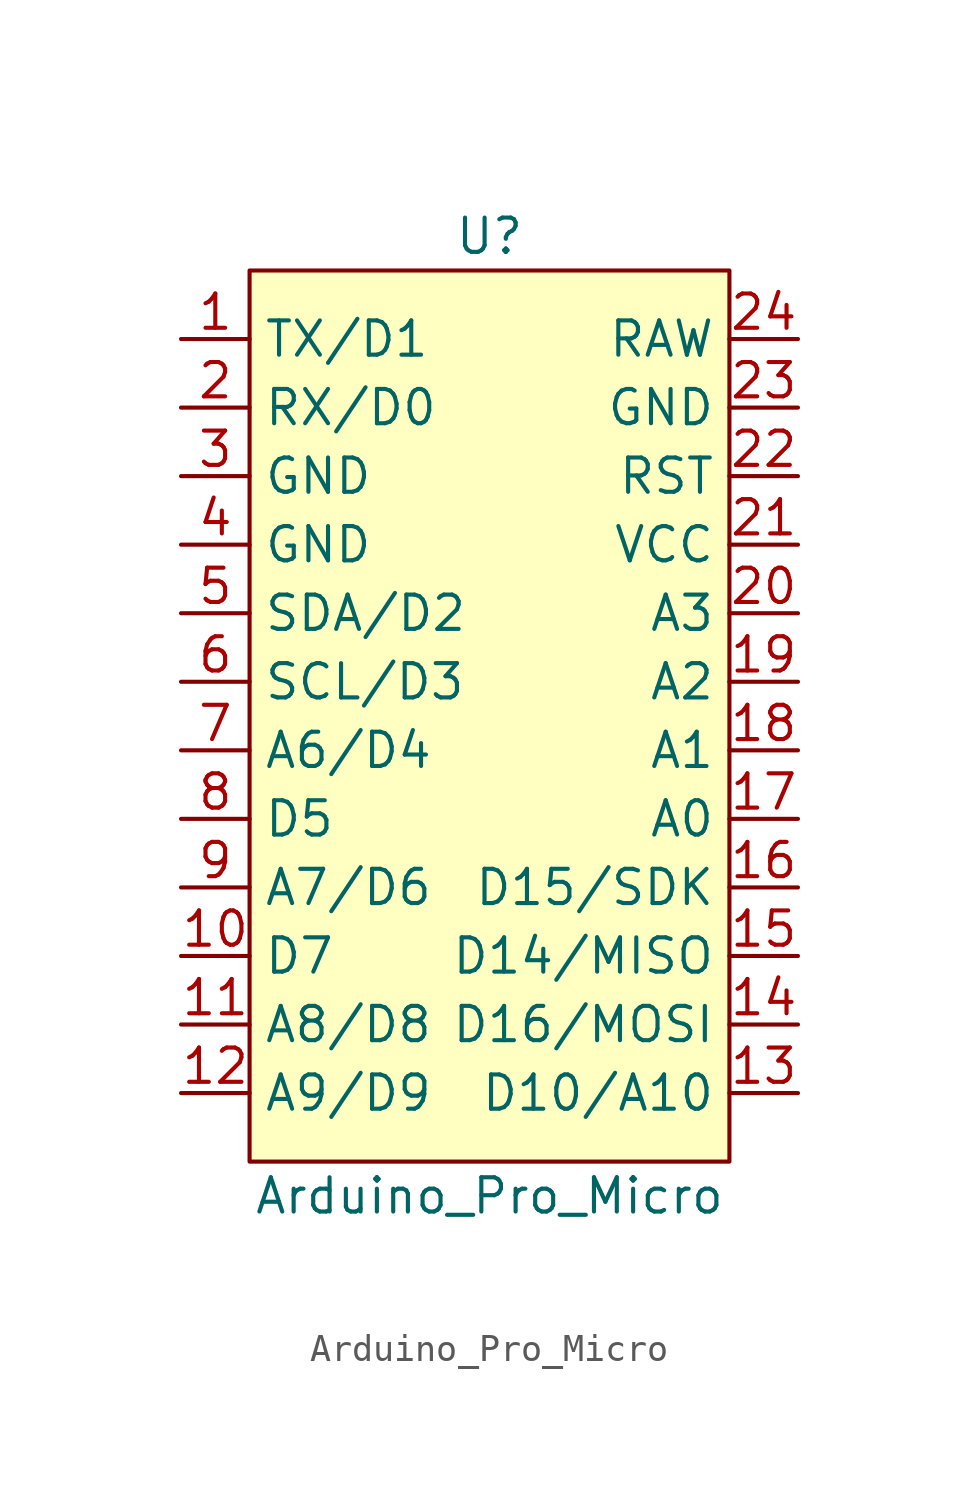
<source format=kicad_sym>
(kicad_symbol_lib
  (version 20211014)
  (generator kicad_symbol_editor)
  (symbol "Arduino_Pro_Micro"
    (property "Reference" "U"
      (at 0 17.78 0)
      (effects (font (size 1.27 1.27))))
    (property "Value" "Arduino_Pro_Micro"
      (at 0 -17.78 0)
      (effects (font (size 1.27 1.27))))
    (symbol "Arduino_Pro_Micro_0_1"
      (rectangle (start -8.89 16.51) (end 8.89 -16.51) (stroke (width 0) (type default) (color 0 0 0 0)) (fill (type background))))
    (symbol "Arduino_Pro_Micro_1_1"
      (pin output line (at -11.43 13.97 0) (length 2.54) (name "TX/D1" (effects (font (size 1.27 1.27)))) (number "1" (effects (font (size 1.27 1.27)))))
      (pin bidirectional line (at -11.43 -8.89 0) (length 2.54) (name "D7" (effects (font (size 1.27 1.27)))) (number "10" (effects (font (size 1.27 1.27)))))
      (pin bidirectional line (at -11.43 -11.43 0) (length 2.54) (name "A8/D8" (effects (font (size 1.27 1.27)))) (number "11" (effects (font (size 1.27 1.27)))))
      (pin bidirectional line (at -11.43 -13.97 0) (length 2.54) (name "A9/D9" (effects (font (size 1.27 1.27)))) (number "12" (effects (font (size 1.27 1.27)))))
      (pin bidirectional line (at 11.43 -13.97 180) (length 2.54) (name "D10/A10" (effects (font (size 1.27 1.27)))) (number "13" (effects (font (size 1.27 1.27)))))
      (pin bidirectional line (at 11.43 -11.43 180) (length 2.54) (name "D16/MOSI" (effects (font (size 1.27 1.27)))) (number "14" (effects (font (size 1.27 1.27)))))
      (pin bidirectional line (at 11.43 -8.89 180) (length 2.54) (name "D14/MISO" (effects (font (size 1.27 1.27)))) (number "15" (effects (font (size 1.27 1.27)))))
      (pin bidirectional line (at 11.43 -6.35 180) (length 2.54) (name "D15/SDK" (effects (font (size 1.27 1.27)))) (number "16" (effects (font (size 1.27 1.27)))))
      (pin bidirectional line (at 11.43 -3.81 180) (length 2.54) (name "A0" (effects (font (size 1.27 1.27)))) (number "17" (effects (font (size 1.27 1.27)))))
      (pin bidirectional line (at 11.43 -1.27 180) (length 2.54) (name "A1" (effects (font (size 1.27 1.27)))) (number "18" (effects (font (size 1.27 1.27)))))
      (pin bidirectional line (at 11.43 1.27 180) (length 2.54) (name "A2" (effects (font (size 1.27 1.27)))) (number "19" (effects (font (size 1.27 1.27)))))
      (pin input line (at -11.43 11.43 0) (length 2.54) (name "RX/D0" (effects (font (size 1.27 1.27)))) (number "2" (effects (font (size 1.27 1.27)))))
      (pin bidirectional line (at 11.43 3.81 180) (length 2.54) (name "A3" (effects (font (size 1.27 1.27)))) (number "20" (effects (font (size 1.27 1.27)))))
      (pin power_out line (at 11.43 6.35 180) (length 2.54) (name "VCC" (effects (font (size 1.27 1.27)))) (number "21" (effects (font (size 1.27 1.27)))))
      (pin input line (at 11.43 8.89 180) (length 2.54) (name "RST" (effects (font (size 1.27 1.27)))) (number "22" (effects (font (size 1.27 1.27)))))
      (pin power_in line (at 11.43 11.43 180) (length 2.54) (name "GND" (effects (font (size 1.27 1.27)))) (number "23" (effects (font (size 1.27 1.27)))))
      (pin power_in line (at 11.43 13.97 180) (length 2.54) (name "RAW" (effects (font (size 1.27 1.27)))) (number "24" (effects (font (size 1.27 1.27)))))
      (pin power_out line (at -11.43 8.89 0) (length 2.54) (name "GND" (effects (font (size 1.27 1.27)))) (number "3" (effects (font (size 1.27 1.27)))))
      (pin power_out line (at -11.43 6.35 0) (length 2.54) (name "GND" (effects (font (size 1.27 1.27)))) (number "4" (effects (font (size 1.27 1.27)))))
      (pin bidirectional line (at -11.43 3.81 0) (length 2.54) (name "SDA/D2" (effects (font (size 1.27 1.27)))) (number "5" (effects (font (size 1.27 1.27)))))
      (pin bidirectional line (at -11.43 1.27 0) (length 2.54) (name "SCL/D3" (effects (font (size 1.27 1.27)))) (number "6" (effects (font (size 1.27 1.27)))))
      (pin bidirectional line (at -11.43 -1.27 0) (length 2.54) (name "A6/D4" (effects (font (size 1.27 1.27)))) (number "7" (effects (font (size 1.27 1.27)))))
      (pin bidirectional line (at -11.43 -3.81 0) (length 2.54) (name "D5" (effects (font (size 1.27 1.27)))) (number "8" (effects (font (size 1.27 1.27)))))
      (pin bidirectional line (at -11.43 -6.35 0) (length 2.54) (name "A7/D6" (effects (font (size 1.27 1.27)))) (number "9" (effects (font (size 1.27 1.27))))))))
</source>
